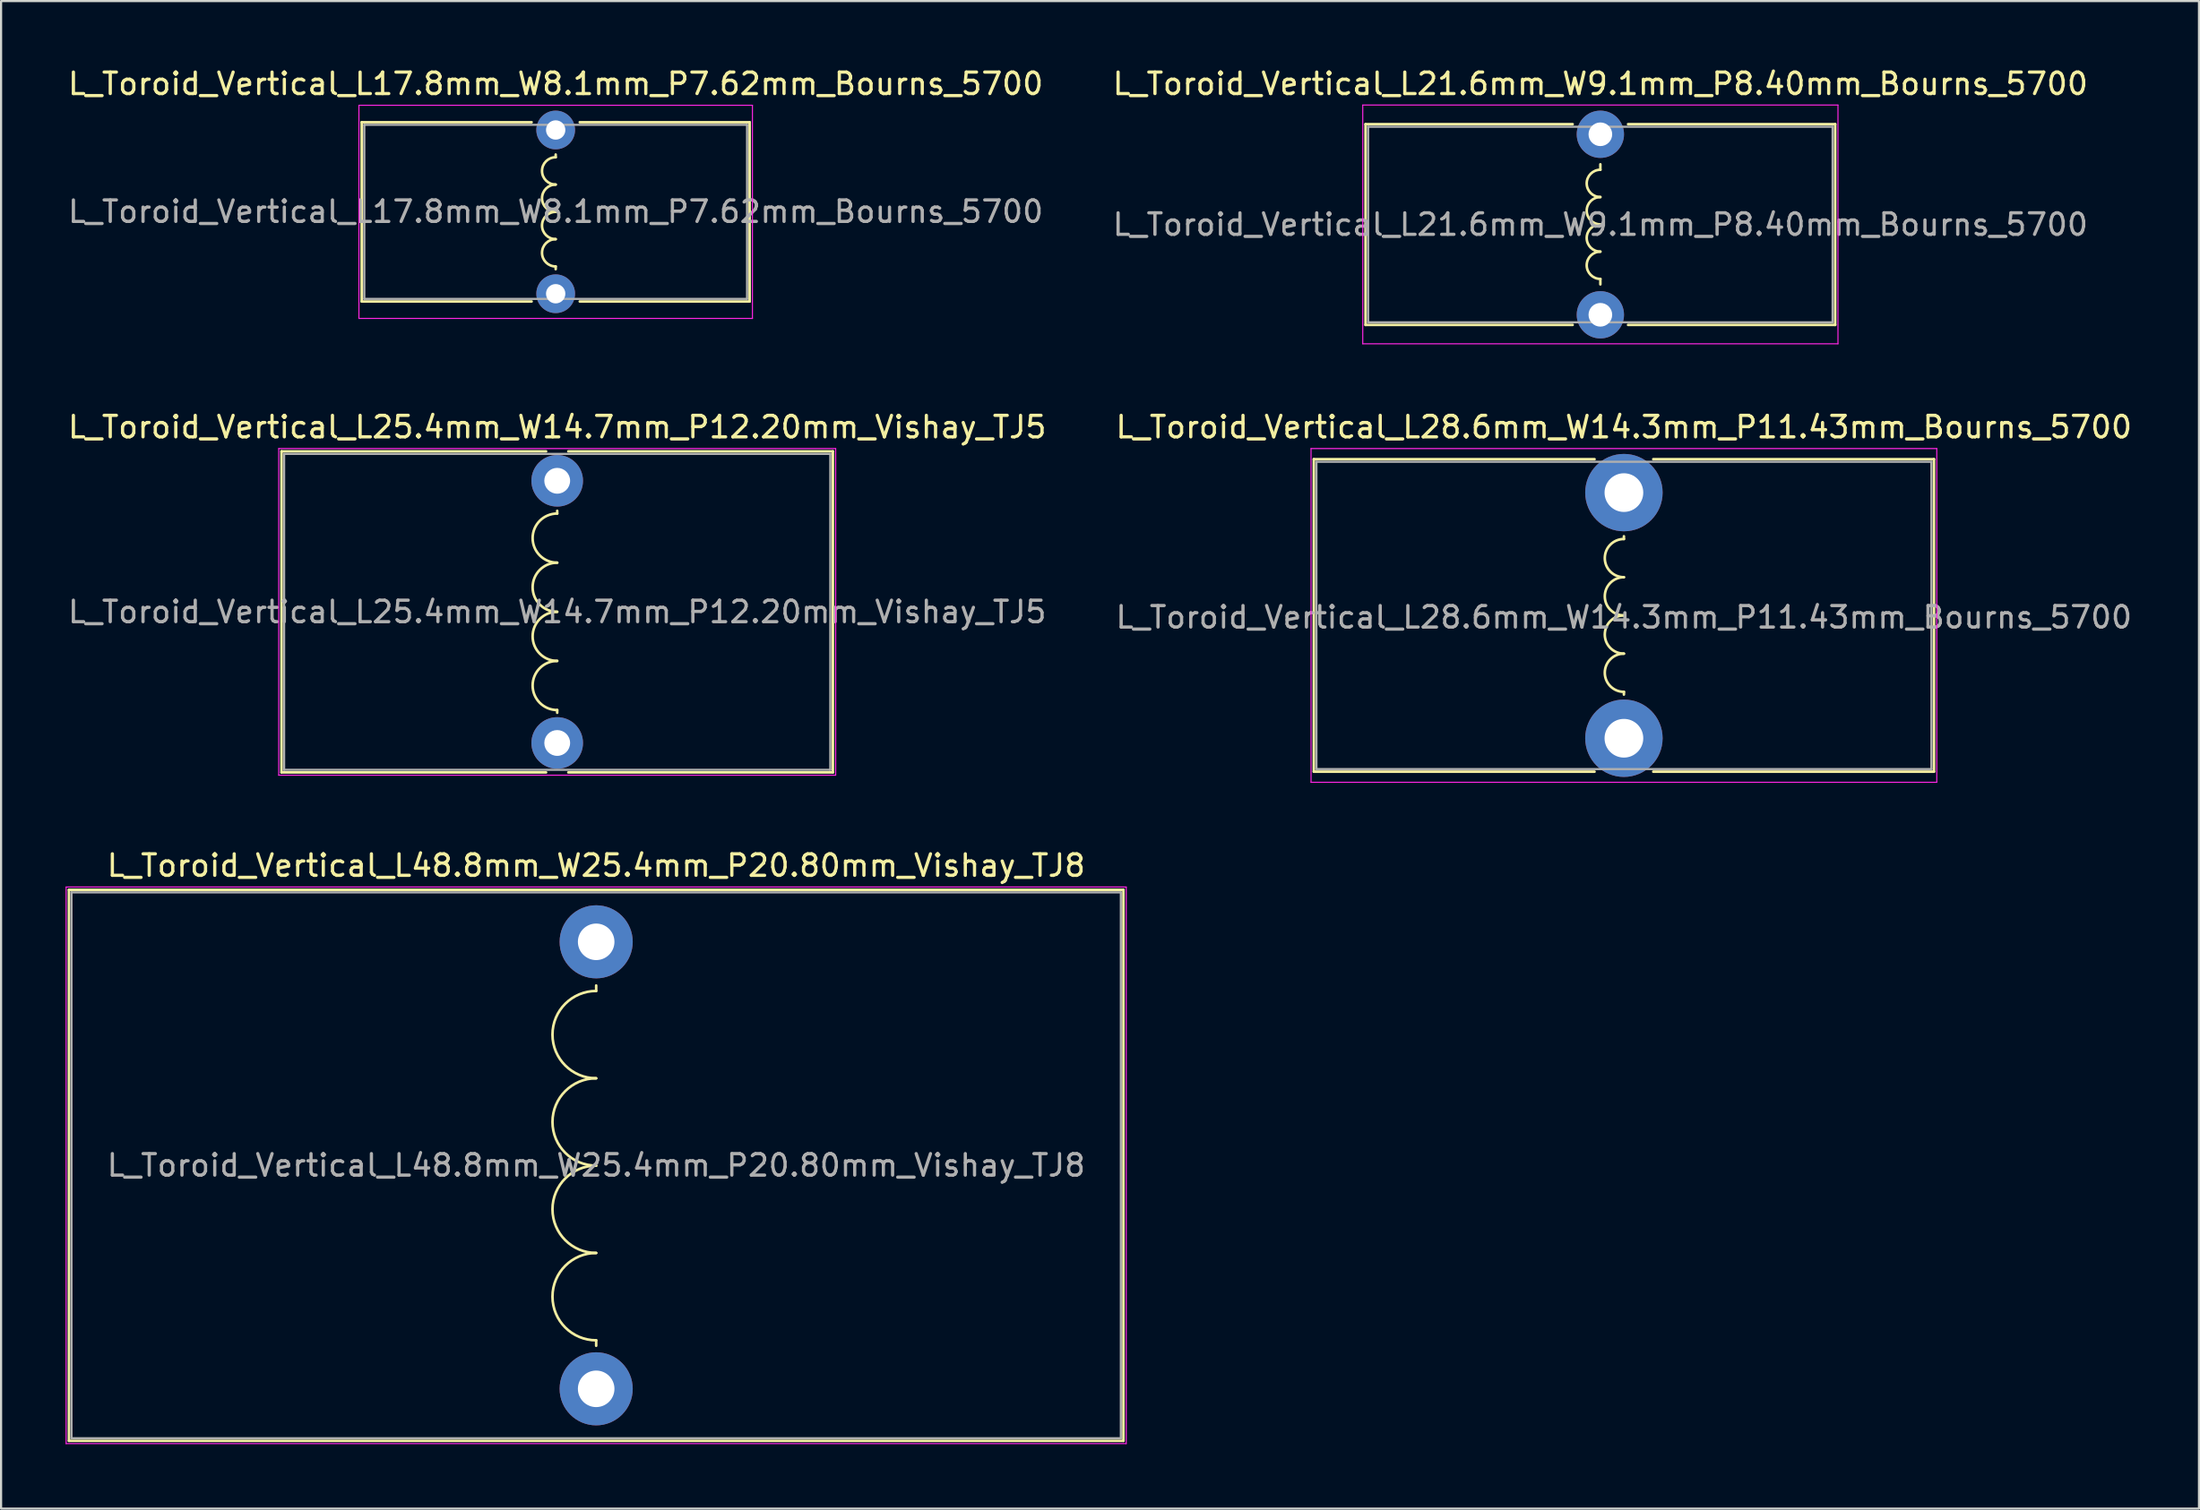
<source format=kicad_pcb>
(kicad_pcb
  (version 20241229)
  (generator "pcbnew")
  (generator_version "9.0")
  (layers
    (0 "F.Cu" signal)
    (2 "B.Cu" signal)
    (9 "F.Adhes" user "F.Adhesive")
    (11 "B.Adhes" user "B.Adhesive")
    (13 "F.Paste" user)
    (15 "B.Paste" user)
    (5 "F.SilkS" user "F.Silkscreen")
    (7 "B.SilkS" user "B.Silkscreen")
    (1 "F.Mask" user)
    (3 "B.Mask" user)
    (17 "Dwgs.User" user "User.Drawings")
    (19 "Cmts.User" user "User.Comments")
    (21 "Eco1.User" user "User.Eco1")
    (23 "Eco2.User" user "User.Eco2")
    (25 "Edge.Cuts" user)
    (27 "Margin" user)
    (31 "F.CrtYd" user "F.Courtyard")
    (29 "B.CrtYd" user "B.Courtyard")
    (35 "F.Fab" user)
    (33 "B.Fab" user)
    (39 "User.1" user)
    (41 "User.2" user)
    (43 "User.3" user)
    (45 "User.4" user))
  (footprint "L_Toroid_Vertical_L28.6mm_W14.3mm_P11.43mm_Bourns_5700"
    (layer "F.Cu")
    (at 72.47 19.872)
    (property "Reference" "L_Toroid_Vertical_L28.6mm_W14.3mm_P11.43mm_Bourns_5700" (at 0 -3.05 0) (layer "F.SilkS") (effects (font (size 1 1) (thickness 0.15))))
    (attr through_hole)
    (fp_line (start -14.42 -1.555) (end -14.42 12.985) (stroke (width 0.12) (type solid)) (layer "F.SilkS"))
    (fp_line (start -14.42 -1.555) (end -1.365 -1.555) (stroke (width 0.12) (type solid)) (layer "F.SilkS"))
    (fp_line (start -14.42 12.985) (end -1.365 12.985) (stroke (width 0.12) (type solid)) (layer "F.SilkS"))
    (fp_line (start 0 2.159) (end 0 2.032) (stroke (width 0.12) (type solid)) (layer "F.SilkS"))
    (fp_line (start 0 9.271) (end 0 9.398) (stroke (width 0.12) (type solid)) (layer "F.SilkS"))
    (fp_line (start 1.365 -1.555) (end 14.42 -1.555) (stroke (width 0.12) (type solid)) (layer "F.SilkS"))
    (fp_line (start 1.365 12.985) (end 14.42 12.985) (stroke (width 0.12) (type solid)) (layer "F.SilkS"))
    (fp_line (start 14.42 -1.555) (end 14.42 12.985) (stroke (width 0.12) (type solid)) (layer "F.SilkS"))
    (fp_arc (start 0 3.937) (mid -0.889 3.048) (end 0 2.159) (stroke (width 0.12) (type solid)) (layer "F.SilkS"))
    (fp_arc (start 0 5.715) (mid -0.889 4.826) (end 0 3.937) (stroke (width 0.12) (type solid)) (layer "F.SilkS"))
    (fp_arc (start 0 7.493) (mid -0.889 6.604) (end 0 5.715) (stroke (width 0.12) (type solid)) (layer "F.SilkS"))
    (fp_arc (start 0 9.271) (mid -0.889 8.382) (end 0 7.493) (stroke (width 0.12) (type solid)) (layer "F.SilkS"))
    (fp_line (start -14.55 -2.05) (end -14.55 13.48) (stroke (width 0.05) (type solid)) (layer "F.CrtYd"))
    (fp_line (start -14.55 13.48) (end 14.55 13.48) (stroke (width 0.05) (type solid)) (layer "F.CrtYd"))
    (fp_line (start 14.55 -2.05) (end -14.55 -2.05) (stroke (width 0.05) (type solid)) (layer "F.CrtYd"))
    (fp_line (start 14.55 13.48) (end 14.55 -2.05) (stroke (width 0.05) (type solid)) (layer "F.CrtYd"))
    (fp_line (start -14.3 -1.435) (end -14.3 12.865) (stroke (width 0.1) (type solid)) (layer "F.Fab"))
    (fp_line (start -14.3 12.865) (end 14.3 12.865) (stroke (width 0.1) (type solid)) (layer "F.Fab"))
    (fp_line (start 14.3 -1.435) (end -14.3 -1.435) (stroke (width 0.1) (type solid)) (layer "F.Fab"))
    (fp_line (start 14.3 12.865) (end 14.3 -1.435) (stroke (width 0.1) (type solid)) (layer "F.Fab"))
    (fp_text user "${REFERENCE}" (at 0 5.8 0) (layer "F.Fab") (effects (font (size 1 1) (thickness 0.15))))
    (pad "1" thru_hole circle (at 0 0) (size 3.6 3.6) (drill 1.8) (layers "*.Cu" "*.Mask"))
    (pad "2" thru_hole circle (at 0 11.43) (size 3.6 3.6) (drill 1.8) (layers "*.Cu" "*.Mask")))
  (footprint "L_Toroid_Vertical_L17.8mm_W8.1mm_P7.62mm_Bourns_5700"
    (layer "F.Cu")
    (at 22.792 2.998)
    (property "Reference" "L_Toroid_Vertical_L17.8mm_W8.1mm_P7.62mm_Bourns_5700" (at 0 -2.15 0) (layer "F.SilkS") (effects (font (size 1 1) (thickness 0.15))))
    (attr through_hole)
    (fp_line (start -9.02 -0.36) (end -9.02 7.98) (stroke (width 0.12) (type solid)) (layer "F.SilkS"))
    (fp_line (start -9.02 -0.36) (end -1.119 -0.36) (stroke (width 0.12) (type solid)) (layer "F.SilkS"))
    (fp_line (start -9.02 7.98) (end -1.119 7.98) (stroke (width 0.12) (type solid)) (layer "F.SilkS"))
    (fp_line (start 0 1.27) (end 0 1.143) (stroke (width 0.12) (type solid)) (layer "F.SilkS"))
    (fp_line (start 0 6.35) (end 0 6.477) (stroke (width 0.12) (type solid)) (layer "F.SilkS"))
    (fp_line (start 1.119 -0.36) (end 9.02 -0.36) (stroke (width 0.12) (type solid)) (layer "F.SilkS"))
    (fp_line (start 1.119 7.98) (end 9.02 7.98) (stroke (width 0.12) (type solid)) (layer "F.SilkS"))
    (fp_line (start 9.02 -0.36) (end 9.02 7.98) (stroke (width 0.12) (type solid)) (layer "F.SilkS"))
    (fp_arc (start 0 2.54) (mid -0.635 1.905) (end 0 1.27) (stroke (width 0.12) (type solid)) (layer "F.SilkS"))
    (fp_arc (start 0 3.81) (mid -0.635 3.175) (end 0 2.54) (stroke (width 0.12) (type solid)) (layer "F.SilkS"))
    (fp_arc (start 0 5.08) (mid -0.635 4.445) (end 0 3.81) (stroke (width 0.12) (type solid)) (layer "F.SilkS"))
    (fp_arc (start 0 6.35) (mid -0.635 5.715) (end 0 5.08) (stroke (width 0.12) (type solid)) (layer "F.SilkS"))
    (fp_line (start -9.15 -1.15) (end -9.15 8.77) (stroke (width 0.05) (type solid)) (layer "F.CrtYd"))
    (fp_line (start -9.15 8.77) (end 9.15 8.77) (stroke (width 0.05) (type solid)) (layer "F.CrtYd"))
    (fp_line (start 9.15 -1.15) (end -9.15 -1.15) (stroke (width 0.05) (type solid)) (layer "F.CrtYd"))
    (fp_line (start 9.15 8.77) (end 9.15 -1.15) (stroke (width 0.05) (type solid)) (layer "F.CrtYd"))
    (fp_line (start -8.9 -0.24) (end -8.9 7.86) (stroke (width 0.1) (type solid)) (layer "F.Fab"))
    (fp_line (start -8.9 7.86) (end 8.9 7.86) (stroke (width 0.1) (type solid)) (layer "F.Fab"))
    (fp_line (start 8.9 -0.24) (end -8.9 -0.24) (stroke (width 0.1) (type solid)) (layer "F.Fab"))
    (fp_line (start 8.9 7.86) (end 8.9 -0.24) (stroke (width 0.1) (type solid)) (layer "F.Fab"))
    (fp_text user "${REFERENCE}" (at 0 3.8 0) (layer "F.Fab") (effects (font (size 1 1) (thickness 0.15))))
    (pad "1" thru_hole circle (at 0 0) (size 1.8 1.8) (drill 0.9) (layers "*.Cu" "*.Mask"))
    (pad "2" thru_hole circle (at 0 7.62) (size 1.8 1.8) (drill 0.9) (layers "*.Cu" "*.Mask")))
  (footprint "L_Toroid_Vertical_L25.4mm_W14.7mm_P12.20mm_Vishay_TJ5"
    (layer "F.Cu")
    (at 22.863 19.322)
    (property "Reference" "L_Toroid_Vertical_L25.4mm_W14.7mm_P12.20mm_Vishay_TJ5" (at 0 -2.5 0) (layer "F.SilkS") (effects (font (size 1 1) (thickness 0.15))))
    (attr through_hole)
    (fp_line (start -12.82 -1.37) (end -12.82 13.57) (stroke (width 0.12) (type solid)) (layer "F.SilkS"))
    (fp_line (start -12.82 -1.37) (end -0.517 -1.37) (stroke (width 0.12) (type solid)) (layer "F.SilkS"))
    (fp_line (start -12.82 13.57) (end -0.517 13.57) (stroke (width 0.12) (type solid)) (layer "F.SilkS"))
    (fp_line (start 0 1.524) (end 0 1.397) (stroke (width 0.12) (type solid)) (layer "F.SilkS"))
    (fp_line (start 0 10.668) (end 0 10.795) (stroke (width 0.12) (type solid)) (layer "F.SilkS"))
    (fp_line (start 0.517 -1.37) (end 12.82 -1.37) (stroke (width 0.12) (type solid)) (layer "F.SilkS"))
    (fp_line (start 0.517 13.57) (end 12.82 13.57) (stroke (width 0.12) (type solid)) (layer "F.SilkS"))
    (fp_line (start 12.82 -1.37) (end 12.82 13.57) (stroke (width 0.12) (type solid)) (layer "F.SilkS"))
    (fp_arc (start 0 3.81) (mid -1.143 2.667) (end 0 1.524) (stroke (width 0.12) (type solid)) (layer "F.SilkS"))
    (fp_arc (start 0 6.096) (mid -1.143 4.953) (end 0 3.81) (stroke (width 0.12) (type solid)) (layer "F.SilkS"))
    (fp_arc (start 0 8.382) (mid -1.143 7.239) (end 0 6.096) (stroke (width 0.12) (type solid)) (layer "F.SilkS"))
    (fp_arc (start 0 10.668) (mid -1.143 9.525) (end 0 8.382) (stroke (width 0.12) (type solid)) (layer "F.SilkS"))
    (fp_line (start -12.95 -1.5) (end -12.95 13.7) (stroke (width 0.05) (type solid)) (layer "F.CrtYd"))
    (fp_line (start -12.95 13.7) (end 12.95 13.7) (stroke (width 0.05) (type solid)) (layer "F.CrtYd"))
    (fp_line (start 12.95 -1.5) (end -12.95 -1.5) (stroke (width 0.05) (type solid)) (layer "F.CrtYd"))
    (fp_line (start 12.95 13.7) (end 12.95 -1.5) (stroke (width 0.05) (type solid)) (layer "F.CrtYd"))
    (fp_line (start -12.7 -1.25) (end -12.7 13.45) (stroke (width 0.1) (type solid)) (layer "F.Fab"))
    (fp_line (start -12.7 13.45) (end 12.7 13.45) (stroke (width 0.1) (type solid)) (layer "F.Fab"))
    (fp_line (start 12.7 -1.25) (end -12.7 -1.25) (stroke (width 0.1) (type solid)) (layer "F.Fab"))
    (fp_line (start 12.7 13.45) (end 12.7 -1.25) (stroke (width 0.1) (type solid)) (layer "F.Fab"))
    (fp_text user "${REFERENCE}" (at 0 6.1 0) (layer "F.Fab") (effects (font (size 1 1) (thickness 0.15))))
    (pad "1" thru_hole circle (at 0 0) (size 2.4 2.4) (drill 1.2) (layers "*.Cu" "*.Mask"))
    (pad "2" thru_hole circle (at 0 12.2) (size 2.4 2.4) (drill 1.2) (layers "*.Cu" "*.Mask")))
  (footprint "L_Toroid_Vertical_L48.8mm_W25.4mm_P20.80mm_Vishay_TJ8"
    (layer "F.Cu")
    (at 24.675 40.775)
    (property "Reference" "L_Toroid_Vertical_L48.8mm_W25.4mm_P20.80mm_Vishay_TJ8" (at 0 -3.55 0) (layer "F.SilkS") (effects (font (size 1 1) (thickness 0.15))))
    (attr through_hole)
    (fp_line (start -24.52 -2.42) (end -24.52 23.22) (stroke (width 0.12) (type solid)) (layer "F.SilkS"))
    (fp_line (start -24.52 -2.42) (end 24.52 -2.42) (stroke (width 0.12) (type solid)) (layer "F.SilkS"))
    (fp_line (start -24.52 23.22) (end 24.52 23.22) (stroke (width 0.12) (type solid)) (layer "F.SilkS"))
    (fp_line (start 0 2.286) (end 0 2.032) (stroke (width 0.12) (type solid)) (layer "F.SilkS"))
    (fp_line (start 0 18.542) (end 0 18.796) (stroke (width 0.12) (type solid)) (layer "F.SilkS"))
    (fp_line (start 24.52 -2.42) (end 24.52 23.22) (stroke (width 0.12) (type solid)) (layer "F.SilkS"))
    (fp_arc (start 0 6.35) (mid -2.032 4.318) (end 0 2.286) (stroke (width 0.12) (type solid)) (layer "F.SilkS"))
    (fp_arc (start 0 10.414) (mid -2.032 8.382) (end 0 6.35) (stroke (width 0.12) (type solid)) (layer "F.SilkS"))
    (fp_arc (start 0 14.478) (mid -2.032 12.446) (end 0 10.414) (stroke (width 0.12) (type solid)) (layer "F.SilkS"))
    (fp_arc (start 0 18.542) (mid -2.032 16.51) (end 0 14.478) (stroke (width 0.12) (type solid)) (layer "F.SilkS"))
    (fp_line (start -24.65 -2.55) (end -24.65 23.35) (stroke (width 0.05) (type solid)) (layer "F.CrtYd"))
    (fp_line (start -24.65 23.35) (end 24.65 23.35) (stroke (width 0.05) (type solid)) (layer "F.CrtYd"))
    (fp_line (start 24.65 -2.55) (end -24.65 -2.55) (stroke (width 0.05) (type solid)) (layer "F.CrtYd"))
    (fp_line (start 24.65 23.35) (end 24.65 -2.55) (stroke (width 0.05) (type solid)) (layer "F.CrtYd"))
    (fp_line (start -24.4 -2.3) (end -24.4 23.1) (stroke (width 0.1) (type solid)) (layer "F.Fab"))
    (fp_line (start -24.4 23.1) (end 24.4 23.1) (stroke (width 0.1) (type solid)) (layer "F.Fab"))
    (fp_line (start 24.4 -2.3) (end -24.4 -2.3) (stroke (width 0.1) (type solid)) (layer "F.Fab"))
    (fp_line (start 24.4 23.1) (end 24.4 -2.3) (stroke (width 0.1) (type solid)) (layer "F.Fab"))
    (fp_text user "${REFERENCE}" (at 0 10.4 0) (layer "F.Fab") (effects (font (size 1 1) (thickness 0.15))))
    (pad "1" thru_hole circle (at 0 0) (size 3.4 3.4) (drill 1.7) (layers "*.Cu" "*.Mask"))
    (pad "2" thru_hole circle (at 0 20.8) (size 3.4 3.4) (drill 1.7) (layers "*.Cu" "*.Mask")))
  (footprint "L_Toroid_Vertical_L21.6mm_W9.1mm_P8.40mm_Bourns_5700"
    (layer "F.Cu")
    (at 71.375 3.198)
    (property "Reference" "L_Toroid_Vertical_L21.6mm_W9.1mm_P8.40mm_Bourns_5700" (at 0 -2.35 0) (layer "F.SilkS") (effects (font (size 1 1) (thickness 0.15))))
    (attr through_hole)
    (fp_line (start -10.92 -0.47) (end -10.92 8.87) (stroke (width 0.12) (type solid)) (layer "F.SilkS"))
    (fp_line (start -10.92 -0.47) (end -1.288 -0.47) (stroke (width 0.12) (type solid)) (layer "F.SilkS"))
    (fp_line (start -10.92 8.87) (end -1.288 8.87) (stroke (width 0.12) (type solid)) (layer "F.SilkS"))
    (fp_line (start 0 1.651) (end 0 1.397) (stroke (width 0.12) (type solid)) (layer "F.SilkS"))
    (fp_line (start 0 6.731) (end 0 6.985) (stroke (width 0.12) (type solid)) (layer "F.SilkS"))
    (fp_line (start 1.288 -0.47) (end 10.92 -0.47) (stroke (width 0.12) (type solid)) (layer "F.SilkS"))
    (fp_line (start 1.288 8.87) (end 10.92 8.87) (stroke (width 0.12) (type solid)) (layer "F.SilkS"))
    (fp_line (start 10.92 -0.47) (end 10.92 8.87) (stroke (width 0.12) (type solid)) (layer "F.SilkS"))
    (fp_arc (start 0 2.921) (mid -0.635 2.286) (end 0 1.651) (stroke (width 0.12) (type solid)) (layer "F.SilkS"))
    (fp_arc (start 0 4.191) (mid -0.635 3.556) (end 0 2.921) (stroke (width 0.12) (type solid)) (layer "F.SilkS"))
    (fp_arc (start 0 5.461) (mid -0.635 4.826) (end 0 4.191) (stroke (width 0.12) (type solid)) (layer "F.SilkS"))
    (fp_arc (start 0 6.731) (mid -0.635 6.096) (end 0 5.461) (stroke (width 0.12) (type solid)) (layer "F.SilkS"))
    (fp_line (start -11.05 -1.36) (end -11.05 9.75) (stroke (width 0.05) (type solid)) (layer "F.CrtYd"))
    (fp_line (start -11.05 9.75) (end 11.05 9.75) (stroke (width 0.05) (type solid)) (layer "F.CrtYd"))
    (fp_line (start 11.05 -1.36) (end -11.05 -1.36) (stroke (width 0.05) (type solid)) (layer "F.CrtYd"))
    (fp_line (start 11.05 9.75) (end 11.05 -1.36) (stroke (width 0.05) (type solid)) (layer "F.CrtYd"))
    (fp_line (start -10.8 -0.35) (end -10.8 8.75) (stroke (width 0.1) (type solid)) (layer "F.Fab"))
    (fp_line (start -10.8 8.75) (end 10.8 8.75) (stroke (width 0.1) (type solid)) (layer "F.Fab"))
    (fp_line (start 10.8 -0.35) (end -10.8 -0.35) (stroke (width 0.1) (type solid)) (layer "F.Fab"))
    (fp_line (start 10.8 8.75) (end 10.8 -0.35) (stroke (width 0.1) (type solid)) (layer "F.Fab"))
    (fp_text user "${REFERENCE}" (at 0 4.2 0) (layer "F.Fab") (effects (font (size 1 1) (thickness 0.15))))
    (pad "1" thru_hole circle (at 0 0) (size 2.2 2.2) (drill 1.1) (layers "*.Cu" "*.Mask"))
    (pad "2" thru_hole circle (at 0 8.4) (size 2.2 2.2) (drill 1.1) (layers "*.Cu" "*.Mask")))
  (gr_rect
    (start -3 -3)
    (end 99.214 67.15)
    (stroke (width 0.1) (type default))
    (fill no)
    (layer "Edge.Cuts")))
</source>
